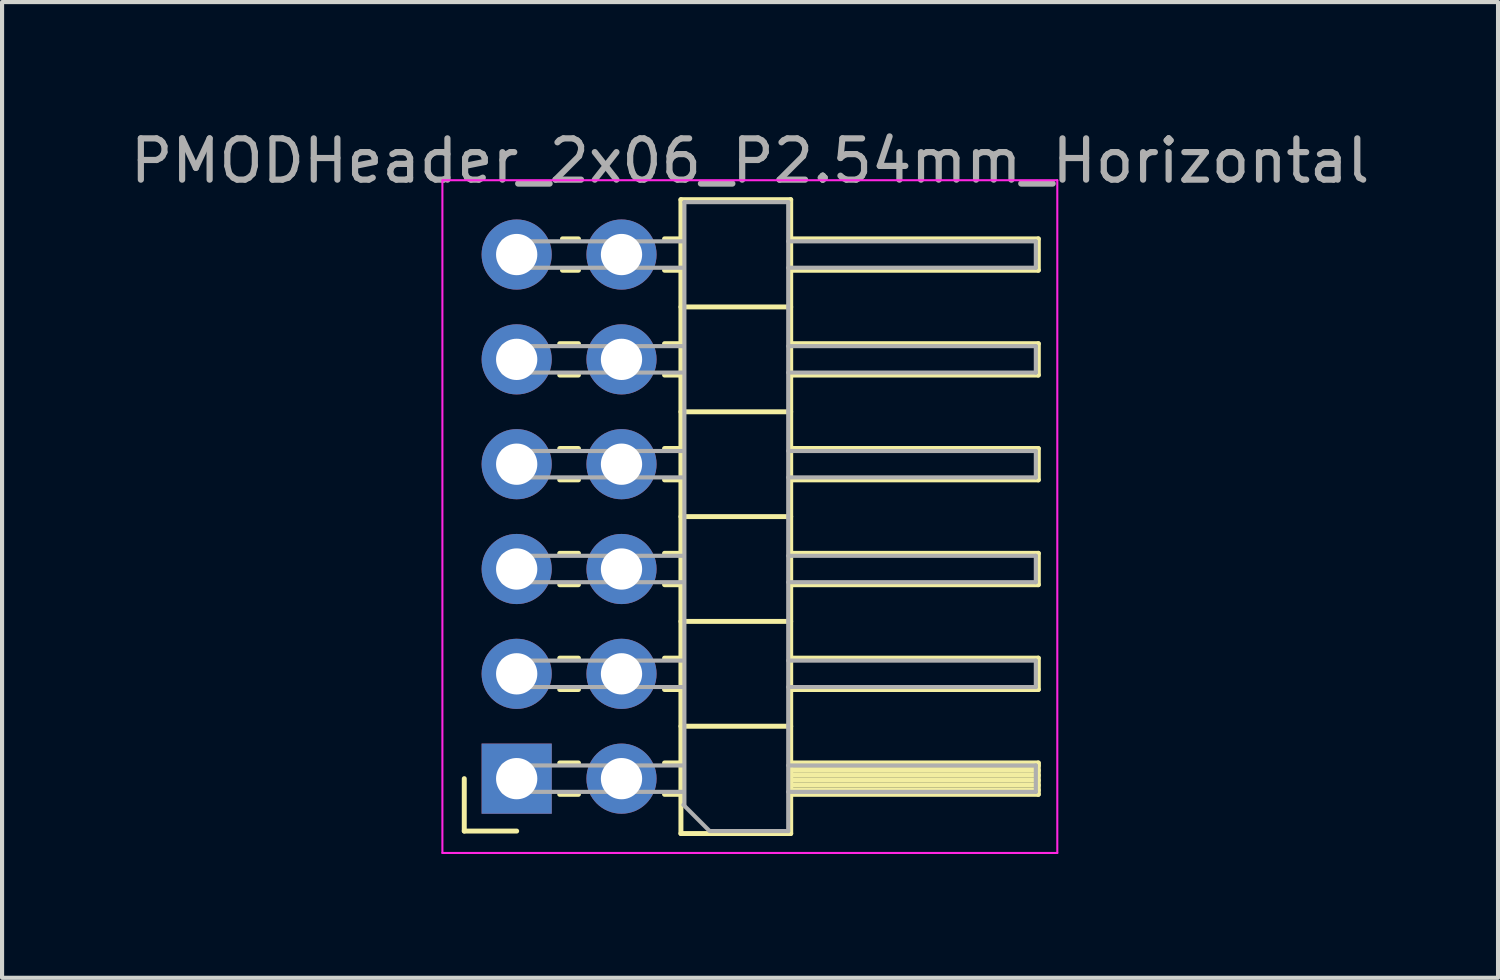
<source format=kicad_pcb>
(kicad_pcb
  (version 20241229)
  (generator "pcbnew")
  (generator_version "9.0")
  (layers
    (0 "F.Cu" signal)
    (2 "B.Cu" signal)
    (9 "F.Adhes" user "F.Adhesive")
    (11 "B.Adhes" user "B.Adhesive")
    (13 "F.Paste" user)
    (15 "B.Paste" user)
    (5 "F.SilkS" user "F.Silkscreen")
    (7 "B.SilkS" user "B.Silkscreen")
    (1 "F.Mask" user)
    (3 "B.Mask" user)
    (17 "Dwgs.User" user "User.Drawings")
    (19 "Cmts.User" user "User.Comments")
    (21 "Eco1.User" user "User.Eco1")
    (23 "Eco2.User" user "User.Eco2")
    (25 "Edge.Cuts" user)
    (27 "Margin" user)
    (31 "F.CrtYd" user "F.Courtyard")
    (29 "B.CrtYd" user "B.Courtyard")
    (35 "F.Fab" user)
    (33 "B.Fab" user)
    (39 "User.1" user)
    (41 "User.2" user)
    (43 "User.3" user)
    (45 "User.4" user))
  (footprint "PMODHeader_2x06_P2.54mm_Horizontal"
    (layer "F.Cu")
    (at 9.47 3.118)
    (property "Reference" "PMODHeader_2x06_P2.54mm_Horizontal" (at 5.655 -2.27 0) (layer "F.Fab") (effects (font (size 1 1) (thickness 0.15))))
    (attr through_hole)
    (fp_line (start -1.27 13.97) (end -1.27 12.7) (stroke (width 0.12) (type solid)) (layer "F.SilkS"))
    (fp_line (start 0 13.97) (end -1.27 13.97) (stroke (width 0.12) (type solid)) (layer "F.SilkS"))
    (fp_line (start 1.043 2.16) (end 1.497 2.16) (stroke (width 0.12) (type solid)) (layer "F.SilkS"))
    (fp_line (start 1.043 2.92) (end 1.497 2.92) (stroke (width 0.12) (type solid)) (layer "F.SilkS"))
    (fp_line (start 1.043 4.7) (end 1.497 4.7) (stroke (width 0.12) (type solid)) (layer "F.SilkS"))
    (fp_line (start 1.043 5.46) (end 1.497 5.46) (stroke (width 0.12) (type solid)) (layer "F.SilkS"))
    (fp_line (start 1.043 7.24) (end 1.497 7.24) (stroke (width 0.12) (type solid)) (layer "F.SilkS"))
    (fp_line (start 1.043 8) (end 1.497 8) (stroke (width 0.12) (type solid)) (layer "F.SilkS"))
    (fp_line (start 1.043 9.78) (end 1.497 9.78) (stroke (width 0.12) (type solid)) (layer "F.SilkS"))
    (fp_line (start 1.043 10.54) (end 1.497 10.54) (stroke (width 0.12) (type solid)) (layer "F.SilkS"))
    (fp_line (start 1.043 12.32) (end 1.497 12.32) (stroke (width 0.12) (type solid)) (layer "F.SilkS"))
    (fp_line (start 1.043 13.08) (end 1.497 13.08) (stroke (width 0.12) (type solid)) (layer "F.SilkS"))
    (fp_line (start 1.11 -0.38) (end 1.497 -0.38) (stroke (width 0.12) (type solid)) (layer "F.SilkS"))
    (fp_line (start 1.11 0.38) (end 1.497 0.38) (stroke (width 0.12) (type solid)) (layer "F.SilkS"))
    (fp_line (start 3.583 -0.38) (end 3.98 -0.38) (stroke (width 0.12) (type solid)) (layer "F.SilkS"))
    (fp_line (start 3.583 0.38) (end 3.98 0.38) (stroke (width 0.12) (type solid)) (layer "F.SilkS"))
    (fp_line (start 3.583 2.16) (end 3.98 2.16) (stroke (width 0.12) (type solid)) (layer "F.SilkS"))
    (fp_line (start 3.583 2.92) (end 3.98 2.92) (stroke (width 0.12) (type solid)) (layer "F.SilkS"))
    (fp_line (start 3.583 4.7) (end 3.98 4.7) (stroke (width 0.12) (type solid)) (layer "F.SilkS"))
    (fp_line (start 3.583 5.46) (end 3.98 5.46) (stroke (width 0.12) (type solid)) (layer "F.SilkS"))
    (fp_line (start 3.583 7.24) (end 3.98 7.24) (stroke (width 0.12) (type solid)) (layer "F.SilkS"))
    (fp_line (start 3.583 8) (end 3.98 8) (stroke (width 0.12) (type solid)) (layer "F.SilkS"))
    (fp_line (start 3.583 9.78) (end 3.98 9.78) (stroke (width 0.12) (type solid)) (layer "F.SilkS"))
    (fp_line (start 3.583 10.54) (end 3.98 10.54) (stroke (width 0.12) (type solid)) (layer "F.SilkS"))
    (fp_line (start 3.583 12.32) (end 3.98 12.32) (stroke (width 0.12) (type solid)) (layer "F.SilkS"))
    (fp_line (start 3.583 13.08) (end 3.98 13.08) (stroke (width 0.12) (type solid)) (layer "F.SilkS"))
    (fp_line (start 3.98 -1.33) (end 3.98 14.03) (stroke (width 0.12) (type solid)) (layer "F.SilkS"))
    (fp_line (start 3.98 1.27) (end 6.64 1.27) (stroke (width 0.12) (type solid)) (layer "F.SilkS"))
    (fp_line (start 3.98 3.81) (end 6.64 3.81) (stroke (width 0.12) (type solid)) (layer "F.SilkS"))
    (fp_line (start 3.98 6.35) (end 6.64 6.35) (stroke (width 0.12) (type solid)) (layer "F.SilkS"))
    (fp_line (start 3.98 8.89) (end 6.64 8.89) (stroke (width 0.12) (type solid)) (layer "F.SilkS"))
    (fp_line (start 3.98 11.43) (end 6.64 11.43) (stroke (width 0.12) (type solid)) (layer "F.SilkS"))
    (fp_line (start 3.98 14.03) (end 6.64 14.03) (stroke (width 0.12) (type solid)) (layer "F.SilkS"))
    (fp_line (start 6.64 -1.33) (end 3.98 -1.33) (stroke (width 0.12) (type solid)) (layer "F.SilkS"))
    (fp_line (start 6.64 -0.38) (end 12.64 -0.38) (stroke (width 0.12) (type solid)) (layer "F.SilkS"))
    (fp_line (start 6.64 2.16) (end 12.64 2.16) (stroke (width 0.12) (type solid)) (layer "F.SilkS"))
    (fp_line (start 6.64 4.7) (end 12.64 4.7) (stroke (width 0.12) (type solid)) (layer "F.SilkS"))
    (fp_line (start 6.64 7.24) (end 12.64 7.24) (stroke (width 0.12) (type solid)) (layer "F.SilkS"))
    (fp_line (start 6.64 9.78) (end 12.64 9.78) (stroke (width 0.12) (type solid)) (layer "F.SilkS"))
    (fp_line (start 6.64 12.32) (end 12.64 12.32) (stroke (width 0.12) (type solid)) (layer "F.SilkS"))
    (fp_line (start 6.64 12.38) (end 12.64 12.38) (stroke (width 0.12) (type solid)) (layer "F.SilkS"))
    (fp_line (start 6.64 12.5) (end 12.64 12.5) (stroke (width 0.12) (type solid)) (layer "F.SilkS"))
    (fp_line (start 6.64 12.62) (end 12.64 12.62) (stroke (width 0.12) (type solid)) (layer "F.SilkS"))
    (fp_line (start 6.64 12.74) (end 12.64 12.74) (stroke (width 0.12) (type solid)) (layer "F.SilkS"))
    (fp_line (start 6.64 12.86) (end 12.64 12.86) (stroke (width 0.12) (type solid)) (layer "F.SilkS"))
    (fp_line (start 6.64 12.98) (end 12.64 12.98) (stroke (width 0.12) (type solid)) (layer "F.SilkS"))
    (fp_line (start 6.64 14.03) (end 6.64 -1.33) (stroke (width 0.12) (type solid)) (layer "F.SilkS"))
    (fp_line (start 12.64 -0.38) (end 12.64 0.38) (stroke (width 0.12) (type solid)) (layer "F.SilkS"))
    (fp_line (start 12.64 0.38) (end 6.64 0.38) (stroke (width 0.12) (type solid)) (layer "F.SilkS"))
    (fp_line (start 12.64 2.16) (end 12.64 2.92) (stroke (width 0.12) (type solid)) (layer "F.SilkS"))
    (fp_line (start 12.64 2.92) (end 6.64 2.92) (stroke (width 0.12) (type solid)) (layer "F.SilkS"))
    (fp_line (start 12.64 4.7) (end 12.64 5.46) (stroke (width 0.12) (type solid)) (layer "F.SilkS"))
    (fp_line (start 12.64 5.46) (end 6.64 5.46) (stroke (width 0.12) (type solid)) (layer "F.SilkS"))
    (fp_line (start 12.64 7.24) (end 12.64 8) (stroke (width 0.12) (type solid)) (layer "F.SilkS"))
    (fp_line (start 12.64 8) (end 6.64 8) (stroke (width 0.12) (type solid)) (layer "F.SilkS"))
    (fp_line (start 12.64 9.78) (end 12.64 10.54) (stroke (width 0.12) (type solid)) (layer "F.SilkS"))
    (fp_line (start 12.64 10.54) (end 6.64 10.54) (stroke (width 0.12) (type solid)) (layer "F.SilkS"))
    (fp_line (start 12.64 12.32) (end 12.64 13.08) (stroke (width 0.12) (type solid)) (layer "F.SilkS"))
    (fp_line (start 12.64 13.08) (end 6.64 13.08) (stroke (width 0.12) (type solid)) (layer "F.SilkS"))
    (fp_line (start -1.8 -1.8) (end -1.8 14.5) (stroke (width 0.05) (type solid)) (layer "F.CrtYd"))
    (fp_line (start -1.8 14.5) (end 13.1 14.5) (stroke (width 0.05) (type solid)) (layer "F.CrtYd"))
    (fp_line (start 13.1 -1.8) (end -1.8 -1.8) (stroke (width 0.05) (type solid)) (layer "F.CrtYd"))
    (fp_line (start 13.1 14.5) (end 13.1 -1.8) (stroke (width 0.05) (type solid)) (layer "F.CrtYd"))
    (fp_line (start -0.32 -0.32) (end -0.32 0.32) (stroke (width 0.1) (type solid)) (layer "F.Fab"))
    (fp_line (start -0.32 -0.32) (end 4.04 -0.32) (stroke (width 0.1) (type solid)) (layer "F.Fab"))
    (fp_line (start -0.32 0.32) (end 4.04 0.32) (stroke (width 0.1) (type solid)) (layer "F.Fab"))
    (fp_line (start -0.32 2.22) (end -0.32 2.86) (stroke (width 0.1) (type solid)) (layer "F.Fab"))
    (fp_line (start -0.32 2.22) (end 4.04 2.22) (stroke (width 0.1) (type solid)) (layer "F.Fab"))
    (fp_line (start -0.32 2.86) (end 4.04 2.86) (stroke (width 0.1) (type solid)) (layer "F.Fab"))
    (fp_line (start -0.32 4.76) (end -0.32 5.4) (stroke (width 0.1) (type solid)) (layer "F.Fab"))
    (fp_line (start -0.32 4.76) (end 4.04 4.76) (stroke (width 0.1) (type solid)) (layer "F.Fab"))
    (fp_line (start -0.32 5.4) (end 4.04 5.4) (stroke (width 0.1) (type solid)) (layer "F.Fab"))
    (fp_line (start -0.32 7.3) (end -0.32 7.94) (stroke (width 0.1) (type solid)) (layer "F.Fab"))
    (fp_line (start -0.32 7.3) (end 4.04 7.3) (stroke (width 0.1) (type solid)) (layer "F.Fab"))
    (fp_line (start -0.32 7.94) (end 4.04 7.94) (stroke (width 0.1) (type solid)) (layer "F.Fab"))
    (fp_line (start -0.32 9.84) (end -0.32 10.48) (stroke (width 0.1) (type solid)) (layer "F.Fab"))
    (fp_line (start -0.32 9.84) (end 4.04 9.84) (stroke (width 0.1) (type solid)) (layer "F.Fab"))
    (fp_line (start -0.32 10.48) (end 4.04 10.48) (stroke (width 0.1) (type solid)) (layer "F.Fab"))
    (fp_line (start -0.32 12.38) (end -0.32 13.02) (stroke (width 0.1) (type solid)) (layer "F.Fab"))
    (fp_line (start -0.32 12.38) (end 4.04 12.38) (stroke (width 0.1) (type solid)) (layer "F.Fab"))
    (fp_line (start -0.32 13.02) (end 4.04 13.02) (stroke (width 0.1) (type solid)) (layer "F.Fab"))
    (fp_line (start 4.04 13.335) (end 4.675 13.97) (stroke (width 0.1) (type solid)) (layer "F.Fab"))
    (fp_line (start 4.064 -1.27) (end 6.58 -1.27) (stroke (width 0.1) (type solid)) (layer "F.Fab"))
    (fp_line (start 4.064 13.335) (end 4.064 -1.27) (stroke (width 0.1) (type solid)) (layer "F.Fab"))
    (fp_line (start 6.58 -1.27) (end 6.58 13.97) (stroke (width 0.1) (type solid)) (layer "F.Fab"))
    (fp_line (start 6.58 -0.32) (end 12.58 -0.32) (stroke (width 0.1) (type solid)) (layer "F.Fab"))
    (fp_line (start 6.58 0.32) (end 12.58 0.32) (stroke (width 0.1) (type solid)) (layer "F.Fab"))
    (fp_line (start 6.58 2.22) (end 12.58 2.22) (stroke (width 0.1) (type solid)) (layer "F.Fab"))
    (fp_line (start 6.58 2.86) (end 12.58 2.86) (stroke (width 0.1) (type solid)) (layer "F.Fab"))
    (fp_line (start 6.58 4.76) (end 12.58 4.76) (stroke (width 0.1) (type solid)) (layer "F.Fab"))
    (fp_line (start 6.58 5.4) (end 12.58 5.4) (stroke (width 0.1) (type solid)) (layer "F.Fab"))
    (fp_line (start 6.58 7.3) (end 12.58 7.3) (stroke (width 0.1) (type solid)) (layer "F.Fab"))
    (fp_line (start 6.58 7.94) (end 12.58 7.94) (stroke (width 0.1) (type solid)) (layer "F.Fab"))
    (fp_line (start 6.58 9.84) (end 12.58 9.84) (stroke (width 0.1) (type solid)) (layer "F.Fab"))
    (fp_line (start 6.58 10.48) (end 12.58 10.48) (stroke (width 0.1) (type solid)) (layer "F.Fab"))
    (fp_line (start 6.58 12.38) (end 12.58 12.38) (stroke (width 0.1) (type solid)) (layer "F.Fab"))
    (fp_line (start 6.58 13.02) (end 12.58 13.02) (stroke (width 0.1) (type solid)) (layer "F.Fab"))
    (fp_line (start 6.58 13.97) (end 4.699 13.97) (stroke (width 0.1) (type solid)) (layer "F.Fab"))
    (fp_line (start 12.58 -0.32) (end 12.58 0.32) (stroke (width 0.1) (type solid)) (layer "F.Fab"))
    (fp_line (start 12.58 2.22) (end 12.58 2.86) (stroke (width 0.1) (type solid)) (layer "F.Fab"))
    (fp_line (start 12.58 4.76) (end 12.58 5.4) (stroke (width 0.1) (type solid)) (layer "F.Fab"))
    (fp_line (start 12.58 7.3) (end 12.58 7.94) (stroke (width 0.1) (type solid)) (layer "F.Fab"))
    (fp_line (start 12.58 9.84) (end 12.58 10.48) (stroke (width 0.1) (type solid)) (layer "F.Fab"))
    (fp_line (start 12.58 12.38) (end 12.58 13.02) (stroke (width 0.1) (type solid)) (layer "F.Fab"))
    (pad "1" thru_hole rect (at 0 12.7) (size 1.7 1.7) (drill 1) (layers "*.Cu" "*.Mask"))
    (pad "2" thru_hole oval (at 0 10.16) (size 1.7 1.7) (drill 1) (layers "*.Cu" "*.Mask"))
    (pad "3" thru_hole oval (at 0 7.62) (size 1.7 1.7) (drill 1) (layers "*.Cu" "*.Mask"))
    (pad "4" thru_hole oval (at 0 5.08) (size 1.7 1.7) (drill 1) (layers "*.Cu" "*.Mask"))
    (pad "5" thru_hole oval (at 0 2.54) (size 1.7 1.7) (drill 1) (layers "*.Cu" "*.Mask"))
    (pad "6" thru_hole circle (at 0 0) (size 1.7 1.7) (drill 1) (layers "*.Cu" "*.Mask"))
    (pad "7" thru_hole circle (at 2.54 12.7) (size 1.7 1.7) (drill 1) (layers "*.Cu" "*.Mask"))
    (pad "8" thru_hole oval (at 2.54 10.16) (size 1.7 1.7) (drill 1) (layers "*.Cu" "*.Mask"))
    (pad "9" thru_hole oval (at 2.54 7.62) (size 1.7 1.7) (drill 1) (layers "*.Cu" "*.Mask"))
    (pad "10" thru_hole oval (at 2.54 5.08) (size 1.7 1.7) (drill 1) (layers "*.Cu" "*.Mask"))
    (pad "11" thru_hole oval (at 2.54 2.54) (size 1.7 1.7) (drill 1) (layers "*.Cu" "*.Mask"))
    (pad "12" thru_hole oval (at 2.54 0) (size 1.7 1.7) (drill 1) (layers "*.Cu" "*.Mask")))
  (gr_rect
    (start -3 -3)
    (end 33.25 20.643)
    (stroke (width 0.1) (type default))
    (fill no)
    (layer "Edge.Cuts")))
</source>
